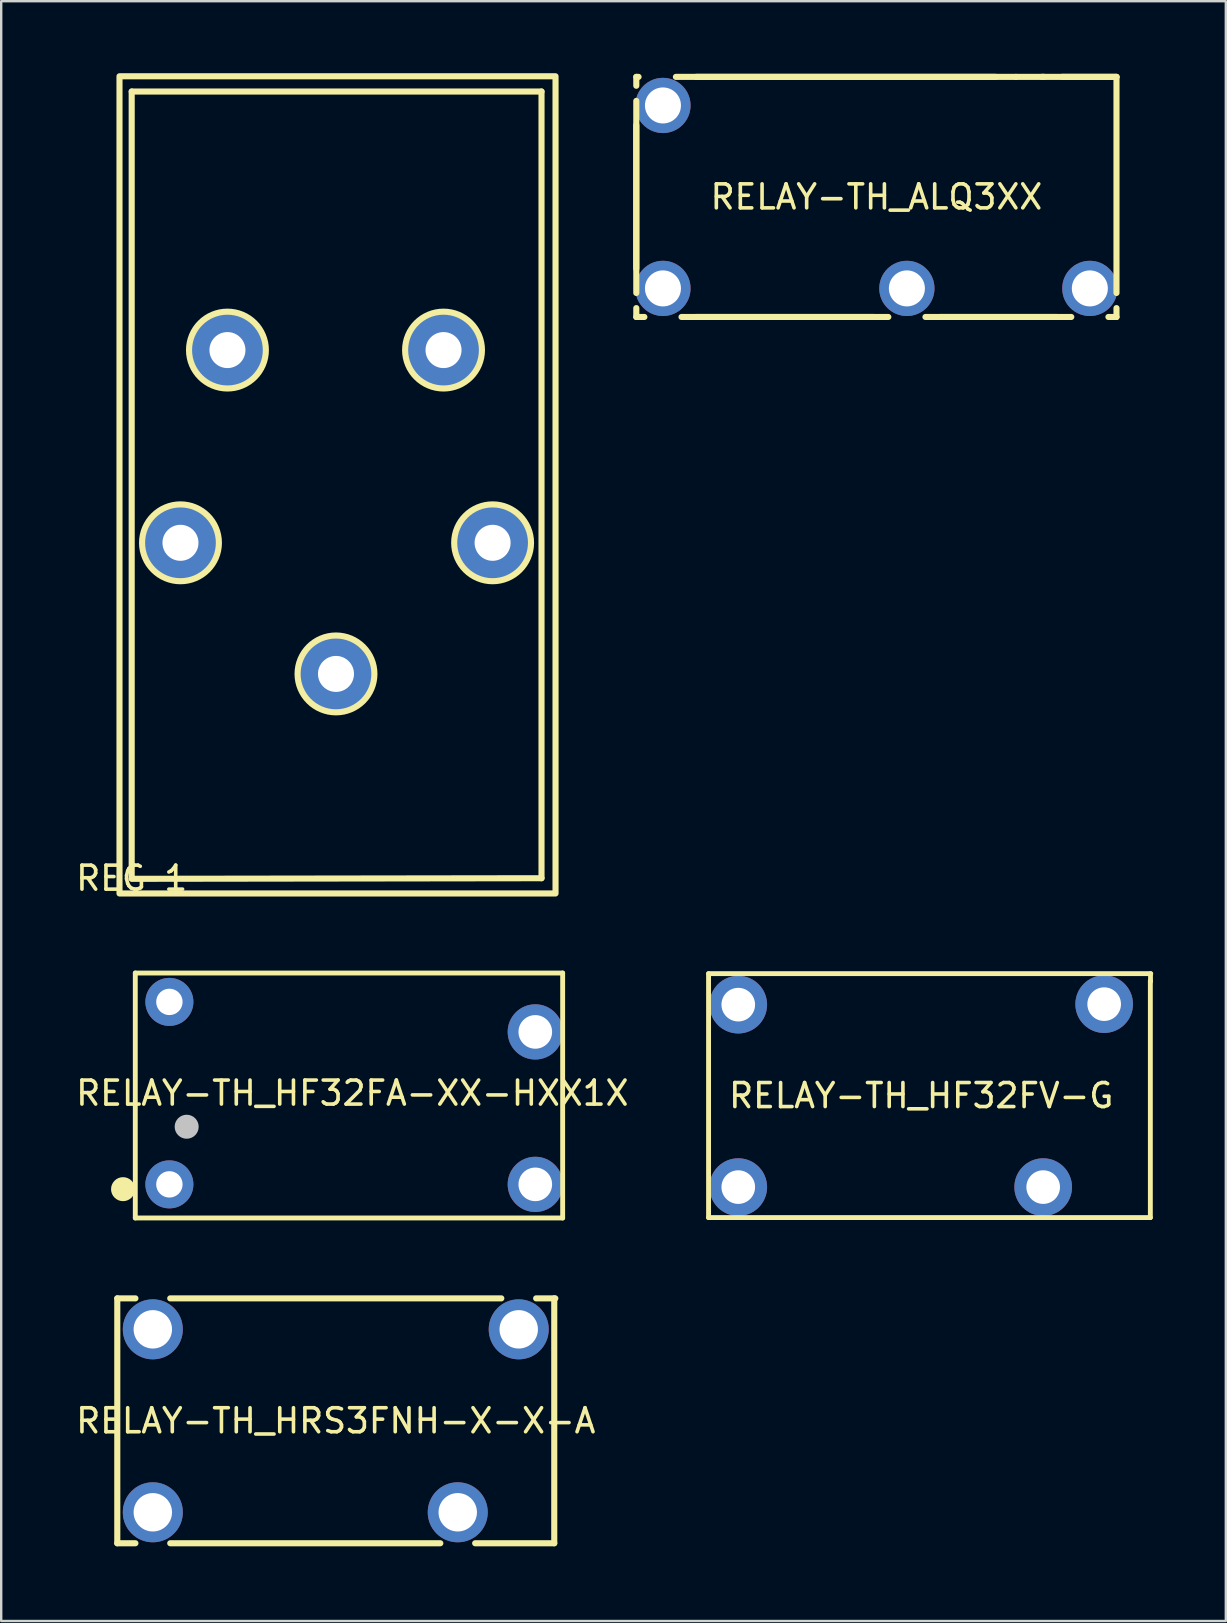
<source format=kicad_pcb>
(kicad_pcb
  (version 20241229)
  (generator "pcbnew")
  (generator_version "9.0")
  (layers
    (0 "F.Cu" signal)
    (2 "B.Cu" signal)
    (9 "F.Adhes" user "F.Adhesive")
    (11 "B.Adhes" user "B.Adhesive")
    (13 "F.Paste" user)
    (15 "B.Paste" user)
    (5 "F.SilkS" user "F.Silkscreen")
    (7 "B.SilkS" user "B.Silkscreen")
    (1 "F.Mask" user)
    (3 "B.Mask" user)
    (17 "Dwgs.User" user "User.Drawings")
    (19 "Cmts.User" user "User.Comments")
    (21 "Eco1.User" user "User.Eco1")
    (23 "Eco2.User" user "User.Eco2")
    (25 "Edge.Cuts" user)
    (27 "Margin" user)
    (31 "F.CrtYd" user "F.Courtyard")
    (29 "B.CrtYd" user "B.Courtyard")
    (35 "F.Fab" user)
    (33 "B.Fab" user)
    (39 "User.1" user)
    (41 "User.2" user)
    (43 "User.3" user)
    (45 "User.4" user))
  (footprint "RELAY-TH_HF32FA-XX-HXX1X"
    (layer "F.Cu")
    (at 11.625 42.479)
    (property "Reference" "RELAY-TH_HF32FA-XX-HXX1X" (at 0 0 0) (layer "F.SilkS") (effects (font (size 1 1) (thickness 0.15))))
    (fp_line (start -9.04 -5.002) (end -9.04 5.2) (stroke (width 0.203) (type default)) (layer "F.SilkS"))
    (fp_line (start -9.04 5.2) (end 8.76 5.2) (stroke (width 0.203) (type default)) (layer "F.SilkS"))
    (fp_line (start 8.76 -5.002) (end -9.04 -5.002) (stroke (width 0.203) (type default)) (layer "F.SilkS"))
    (fp_line (start 8.76 5.2) (end 8.76 -5.002) (stroke (width 0.203) (type default)) (layer "F.SilkS"))
    (fp_circle (center -9.55 4) (end -9.3 4) (stroke (width 0.5) (type default)) (fill no) (layer "F.SilkS"))
    (fp_circle (center -6.9 1.4) (end -6.65 1.4) (stroke (width 0.5) (type default)) (fill no) (layer "Dwgs.User"))
    (fp_poly (pts (xy 7.47 -2.15) (xy 7.47 -2.95) (xy 7.77 -2.95) (xy 7.77 -2.15)) (stroke (width 0.1) (type default)) (fill no) (layer "User.1"))
    (fp_poly (pts (xy 7.47 4.2) (xy 7.47 3.4) (xy 7.77 3.4) (xy 7.77 4.2)) (stroke (width 0.1) (type default)) (fill no) (layer "User.1"))
    (fp_poly (pts (xy -7.37 -3.8) (xy -7.389 -3.896) (xy -7.443 -3.977) (xy -7.524 -4.031) (xy -7.62 -4.05) (xy -7.716 -4.031) (xy -7.797 -3.977) (xy -7.851 -3.896) (xy -7.87 -3.8) (xy -7.851 -3.704) (xy -7.797 -3.623) (xy -7.716 -3.569) (xy -7.62 -3.55) (xy -7.524 -3.569) (xy -7.443 -3.623) (xy -7.389 -3.704)) (stroke (width 0.1) (type default)) (fill no) (layer "User.1"))
    (fp_poly (pts (xy -7.37 3.8) (xy -7.389 3.704) (xy -7.443 3.623) (xy -7.524 3.569) (xy -7.62 3.55) (xy -7.716 3.569) (xy -7.797 3.623) (xy -7.851 3.704) (xy -7.87 3.8) (xy -7.851 3.896) (xy -7.797 3.977) (xy -7.716 4.031) (xy -7.62 4.05) (xy -7.524 4.031) (xy -7.443 3.977) (xy -7.389 3.896)) (stroke (width 0.1) (type default)) (fill no) (layer "User.1"))
    (fp_line (start -9.02 -5.05) (end 8.58 -5.05) (stroke (width 0.051) (type default)) (layer "User.2"))
    (fp_line (start -9.02 5.05) (end -9.02 -5.05) (stroke (width 0.051) (type default)) (layer "User.2"))
    (fp_line (start 8.58 -5.05) (end 8.58 5.05) (stroke (width 0.051) (type default)) (layer "User.2"))
    (fp_line (start 8.58 5.05) (end -9.02 5.05) (stroke (width 0.051) (type default)) (layer "User.2"))
    (fp_poly (pts (xy -8.96 5.05) (xy -8.978 5.008) (xy -9.02 4.99) (xy -9.062 5.008) (xy -9.08 5.05) (xy -9.062 5.092) (xy -9.02 5.11) (xy -8.978 5.092)) (stroke (width 0.1) (type default)) (fill no) (layer "User.3"))
    (pad "1" thru_hole circle (at -7.62 3.8) (size 2 2) (drill 1.1) (layers "*.Cu" "*.Mask"))
    (pad "2" thru_hole circle (at -7.62 -3.8) (size 2 2) (drill 1.1) (layers "*.Cu" "*.Mask"))
    (pad "3" thru_hole circle (at 7.62 -2.55) (size 2.3 2.3) (drill 1.4) (layers "*.Cu" "*.Mask"))
    (pad "4" thru_hole circle (at 7.62 3.8) (size 2.3 2.3) (drill 1.4) (layers "*.Cu" "*.Mask")))
  (footprint "RELAY-TH_HF32FV-G"
    (layer "F.Cu")
    (at 35.319 42.583)
    (property "Reference" "RELAY-TH_HF32FV-G" (at 0 0 0) (layer "F.SilkS") (effects (font (size 1 1) (thickness 0.15))))
    (fp_line (start -8.857 -5.08) (end -8.857 5.08) (stroke (width 0.203) (type default)) (layer "F.SilkS"))
    (fp_line (start -8.857 5.08) (end 9.543 5.08) (stroke (width 0.203) (type default)) (layer "F.SilkS"))
    (fp_line (start 9.543 5.08) (end 9.543 -4.79) (stroke (width 0.203) (type default)) (layer "F.SilkS"))
    (fp_line (start 9.55 -4.75) (end 9.55 -5.08) (stroke (width 0.2) (type default)) (layer "F.SilkS"))
    (fp_line (start 9.56 -5.08) (end -8.857 -5.08) (stroke (width 0.203) (type default)) (layer "F.SilkS"))
    (fp_poly (pts (xy -7.02 -3.789) (xy -7.04 -3.945) (xy -7.1 -4.09) (xy -7.196 -4.214) (xy -7.32 -4.309) (xy -7.465 -4.369) (xy -7.62 -4.389) (xy -7.775 -4.369) (xy -7.92 -4.309) (xy -8.044 -4.214) (xy -8.14 -4.09) (xy -8.2 -3.945) (xy -8.22 -3.789) (xy -8.2 -3.634) (xy -8.14 -3.49) (xy -8.044 -3.365) (xy -7.92 -3.27) (xy -7.775 -3.21) (xy -7.62 -3.189) (xy -7.465 -3.21) (xy -7.32 -3.27) (xy -7.196 -3.365) (xy -7.1 -3.49) (xy -7.04 -3.634)) (stroke (width 0.1) (type default)) (fill no) (layer "User.1"))
    (fp_poly (pts (xy -7.02 3.81) (xy -7.04 3.655) (xy -7.1 3.51) (xy -7.196 3.386) (xy -7.32 3.29) (xy -7.465 3.23) (xy -7.62 3.21) (xy -7.775 3.23) (xy -7.92 3.29) (xy -8.044 3.386) (xy -8.14 3.51) (xy -8.2 3.655) (xy -8.22 3.81) (xy -8.2 3.965) (xy -8.14 4.11) (xy -8.044 4.234) (xy -7.92 4.33) (xy -7.775 4.39) (xy -7.62 4.41) (xy -7.465 4.39) (xy -7.32 4.33) (xy -7.196 4.234) (xy -7.1 4.11) (xy -7.04 3.965)) (stroke (width 0.1) (type default)) (fill no) (layer "User.1"))
    (fp_poly (pts (xy 5.68 3.81) (xy 5.66 3.655) (xy 5.6 3.51) (xy 5.504 3.386) (xy 5.38 3.29) (xy 5.235 3.23) (xy 5.08 3.21) (xy 4.925 3.23) (xy 4.78 3.29) (xy 4.656 3.386) (xy 4.56 3.51) (xy 4.5 3.655) (xy 4.48 3.81) (xy 4.5 3.965) (xy 4.56 4.11) (xy 4.656 4.234) (xy 4.78 4.33) (xy 4.925 4.39) (xy 5.08 4.41) (xy 5.235 4.39) (xy 5.38 4.33) (xy 5.504 4.234) (xy 5.6 4.11) (xy 5.66 3.965)) (stroke (width 0.1) (type default)) (fill no) (layer "User.1"))
    (fp_poly (pts (xy 8.22 -3.81) (xy 8.2 -3.965) (xy 8.14 -4.11) (xy 8.044 -4.234) (xy 7.92 -4.33) (xy 7.775 -4.39) (xy 7.62 -4.41) (xy 7.465 -4.39) (xy 7.32 -4.33) (xy 7.196 -4.234) (xy 7.1 -4.11) (xy 7.04 -3.965) (xy 7.02 -3.81) (xy 7.04 -3.655) (xy 7.1 -3.51) (xy 7.196 -3.386) (xy 7.32 -3.29) (xy 7.465 -3.23) (xy 7.62 -3.21) (xy 7.775 -3.23) (xy 7.92 -3.29) (xy 8.044 -3.386) (xy 8.14 -3.51) (xy 8.2 -3.655)) (stroke (width 0.1) (type default)) (fill no) (layer "User.1"))
    (fp_line (start -8.959 -5.181) (end 9.662 -5.181) (stroke (width 0.051) (type default)) (layer "User.2"))
    (fp_line (start -8.959 5.181) (end -8.959 -5.181) (stroke (width 0.051) (type default)) (layer "User.2"))
    (fp_line (start 9.662 -5.181) (end 9.662 5.181) (stroke (width 0.051) (type default)) (layer "User.2"))
    (fp_line (start 9.662 5.181) (end -8.959 5.181) (stroke (width 0.051) (type default)) (layer "User.2"))
    (fp_poly (pts (xy -8.899 5.181) (xy -8.916 5.139) (xy -8.959 5.122) (xy -9.001 5.139) (xy -9.018 5.181) (xy -9.001 5.224) (xy -8.959 5.242) (xy -8.916 5.224)) (stroke (width 0.1) (type default)) (fill no) (layer "User.3"))
    (pad "1" thru_hole circle (at -7.62 3.81) (size 2.4 2.4) (drill 1.4) (layers "*.Cu" "*.Mask"))
    (pad "2" thru_hole circle (at -7.62 -3.789) (size 2.4 2.4) (drill 1.4) (layers "*.Cu" "*.Mask"))
    (pad "3" thru_hole circle (at 7.62 -3.81) (size 2.4 2.4) (drill 1.4) (layers "*.Cu" "*.Mask"))
    (pad "4" thru_hole circle (at 5.08 3.81) (size 2.4 2.4) (drill 1.4) (layers "*.Cu" "*.Mask")))
  (footprint "RELAY-TH_HRS3FNH-X-X-A"
    (layer "F.Cu")
    (at 10.935 56.127)
    (property "Reference" "RELAY-TH_HRS3FNH-X-X-A" (at 0 0 0) (layer "F.SilkS") (effects (font (size 1 1) (thickness 0.15))))
    (fp_line (start -9.1 -5.1) (end -8.345 -5.1) (stroke (width 0.254) (type default)) (layer "F.SilkS"))
    (fp_line (start -9.1 5.1) (end -9.1 -5.1) (stroke (width 0.254) (type default)) (layer "F.SilkS"))
    (fp_line (start -9.1 5.1) (end -8.345 5.1) (stroke (width 0.254) (type default)) (layer "F.SilkS"))
    (fp_line (start -6.895 -5.1) (end 6.895 -5.1) (stroke (width 0.254) (type default)) (layer "F.SilkS"))
    (fp_line (start -6.895 5.1) (end 4.355 5.1) (stroke (width 0.254) (type default)) (layer "F.SilkS"))
    (fp_line (start 5.805 5.1) (end 9.1 5.1) (stroke (width 0.254) (type default)) (layer "F.SilkS"))
    (fp_line (start 8.345 -5.1) (end 9.144 -5.1) (stroke (width 0.254) (type default)) (layer "F.SilkS"))
    (fp_line (start 9.1 -5.1) (end 9.1 5.1) (stroke (width 0.254) (type default)) (layer "F.SilkS"))
    (fp_poly (pts (xy -6.92 -3.81) (xy -6.94 -3.978) (xy -7 -4.135) (xy -7.096 -4.274) (xy -7.222 -4.386) (xy -7.372 -4.465) (xy -7.536 -4.505) (xy -7.704 -4.505) (xy -7.868 -4.465) (xy -8.018 -4.386) (xy -8.144 -4.274) (xy -8.24 -4.135) (xy -8.3 -3.978) (xy -8.32 -3.81) (xy -8.3 -3.642) (xy -8.24 -3.485) (xy -8.144 -3.346) (xy -8.018 -3.234) (xy -7.868 -3.155) (xy -7.704 -3.115) (xy -7.536 -3.115) (xy -7.372 -3.155) (xy -7.222 -3.234) (xy -7.096 -3.346) (xy -7 -3.485) (xy -6.94 -3.642)) (stroke (width 0.1) (type default)) (fill no) (layer "User.1"))
    (fp_poly (pts (xy -6.92 3.81) (xy -6.94 3.642) (xy -7 3.485) (xy -7.096 3.346) (xy -7.222 3.234) (xy -7.372 3.155) (xy -7.536 3.115) (xy -7.704 3.115) (xy -7.868 3.155) (xy -8.018 3.234) (xy -8.144 3.346) (xy -8.24 3.485) (xy -8.3 3.642) (xy -8.32 3.81) (xy -8.3 3.978) (xy -8.24 4.135) (xy -8.144 4.274) (xy -8.018 4.386) (xy -7.868 4.465) (xy -7.704 4.505) (xy -7.536 4.505) (xy -7.372 4.465) (xy -7.222 4.386) (xy -7.096 4.274) (xy -7 4.135) (xy -6.94 3.978)) (stroke (width 0.1) (type default)) (fill no) (layer "User.1"))
    (fp_poly (pts (xy 5.78 3.81) (xy 5.76 3.642) (xy 5.7 3.485) (xy 5.604 3.346) (xy 5.478 3.234) (xy 5.328 3.155) (xy 5.164 3.115) (xy 4.996 3.115) (xy 4.832 3.155) (xy 4.682 3.234) (xy 4.556 3.346) (xy 4.46 3.485) (xy 4.4 3.642) (xy 4.38 3.81) (xy 4.4 3.978) (xy 4.46 4.135) (xy 4.556 4.274) (xy 4.682 4.386) (xy 4.832 4.465) (xy 4.996 4.505) (xy 5.164 4.505) (xy 5.328 4.465) (xy 5.478 4.386) (xy 5.604 4.274) (xy 5.7 4.135) (xy 5.76 3.978)) (stroke (width 0.1) (type default)) (fill no) (layer "User.1"))
    (fp_poly (pts (xy 8.32 -3.81) (xy 8.3 -3.978) (xy 8.24 -4.135) (xy 8.144 -4.274) (xy 8.018 -4.386) (xy 7.868 -4.465) (xy 7.704 -4.505) (xy 7.536 -4.505) (xy 7.372 -4.465) (xy 7.222 -4.386) (xy 7.096 -4.274) (xy 7 -4.135) (xy 6.94 -3.978) (xy 6.92 -3.81) (xy 6.94 -3.642) (xy 7 -3.485) (xy 7.096 -3.346) (xy 7.222 -3.234) (xy 7.372 -3.155) (xy 7.536 -3.115) (xy 7.704 -3.115) (xy 7.868 -3.155) (xy 8.018 -3.234) (xy 8.144 -3.346) (xy 8.24 -3.485) (xy 8.3 -3.642)) (stroke (width 0.1) (type default)) (fill no) (layer "User.1"))
    (fp_line (start -9.227 -5.227) (end 9.271 -5.227) (stroke (width 0.051) (type default)) (layer "User.2"))
    (fp_line (start -9.227 5.227) (end -9.227 -5.227) (stroke (width 0.051) (type default)) (layer "User.2"))
    (fp_line (start 9.271 -5.227) (end 9.271 5.227) (stroke (width 0.051) (type default)) (layer "User.2"))
    (fp_line (start 9.271 5.227) (end -9.227 5.227) (stroke (width 0.051) (type default)) (layer "User.2"))
    (fp_poly (pts (xy -9.167 5.227) (xy -9.185 5.185) (xy -9.227 5.167) (xy -9.269 5.185) (xy -9.287 5.227) (xy -9.269 5.269) (xy -9.227 5.287) (xy -9.185 5.269)) (stroke (width 0.1) (type default)) (fill no) (layer "User.3"))
    (pad "1" thru_hole circle (at -7.62 3.81) (size 2.5 2.5) (drill 1.6) (layers "*.Cu" "*.Mask"))
    (pad "2" thru_hole circle (at 5.08 3.81) (size 2.5 2.5) (drill 1.6) (layers "*.Cu" "*.Mask"))
    (pad "3" thru_hole circle (at 7.62 -3.81) (size 2.5 2.5) (drill 1.6) (layers "*.Cu" "*.Mask"))
    (pad "4" thru_hole circle (at -7.62 -3.81) (size 2.5 2.5) (drill 1.6) (layers "*.Cu" "*.Mask")))
  (footprint "RELAY-TH_ALQ3XX"
    (layer "F.Cu")
    (at 33.452 5.152)
    (property "Reference" "RELAY-TH_ALQ3XX" (at 0 0 0) (layer "F.SilkS") (effects (font (size 1 1) (thickness 0.15))))
    (fp_line (start -10 -5) (end -10 -4.63) (stroke (width 0.254) (type default)) (layer "F.SilkS"))
    (fp_line (start -10 -4) (end -10 4) (stroke (width 0.254) (type default)) (layer "F.SilkS"))
    (fp_line (start -10 -2.99) (end -10 2.99) (stroke (width 0.254) (type default)) (layer "F.SilkS"))
    (fp_line (start -10 4.63) (end -10 5) (stroke (width 0.254) (type default)) (layer "F.SilkS"))
    (fp_line (start -10 5) (end -9.664 5) (stroke (width 0.254) (type default)) (layer "F.SilkS"))
    (fp_line (start -9.906 -5) (end -10 -5) (stroke (width 0.254) (type default)) (layer "F.SilkS"))
    (fp_line (start -8.351 -5) (end 5.811 -5) (stroke (width 0.254) (type default)) (layer "F.SilkS"))
    (fp_line (start -8.117 5) (end 0.496 5) (stroke (width 0.254) (type default)) (layer "F.SilkS"))
    (fp_line (start -7.511 -5) (end 4.971 -5) (stroke (width 0.254) (type default)) (layer "F.SilkS"))
    (fp_line (start -7.511 5) (end -0.109 5) (stroke (width 0.254) (type default)) (layer "F.SilkS"))
    (fp_line (start 2.043 5) (end 8.117 5) (stroke (width 0.254) (type default)) (layer "F.SilkS"))
    (fp_line (start 2.649 5) (end 7.511 5) (stroke (width 0.254) (type default)) (layer "F.SilkS"))
    (fp_line (start 5.811 -5) (end 6.985 -5) (stroke (width 0.254) (type default)) (layer "F.SilkS"))
    (fp_line (start 6.889 -5) (end 10 -5) (stroke (width 0.254) (type default)) (layer "F.SilkS"))
    (fp_line (start 7.729 -5) (end 10 -5) (stroke (width 0.254) (type default)) (layer "F.SilkS"))
    (fp_line (start 9.664 5) (end 10 5) (stroke (width 0.254) (type default)) (layer "F.SilkS"))
    (fp_line (start 10 -5) (end 10 4) (stroke (width 0.254) (type default)) (layer "F.SilkS"))
    (fp_line (start 10 5) (end 10 4.63) (stroke (width 0.254) (type default)) (layer "F.SilkS"))
    (fp_poly (pts (xy -8.24 -3.81) (xy -8.259 -3.966) (xy -8.314 -4.112) (xy -8.403 -4.241) (xy -8.521 -4.345) (xy -8.66 -4.418) (xy -8.812 -4.455) (xy -8.968 -4.455) (xy -9.12 -4.418) (xy -9.259 -4.345) (xy -9.377 -4.241) (xy -9.466 -4.112) (xy -9.521 -3.966) (xy -9.54 -3.81) (xy -9.521 -3.654) (xy -9.466 -3.508) (xy -9.377 -3.379) (xy -9.259 -3.275) (xy -9.12 -3.202) (xy -8.968 -3.165) (xy -8.812 -3.165) (xy -8.66 -3.202) (xy -8.521 -3.275) (xy -8.403 -3.379) (xy -8.314 -3.508) (xy -8.259 -3.654)) (stroke (width 0.1) (type default)) (fill no) (layer "User.1"))
    (fp_poly (pts (xy -8.24 3.81) (xy -8.259 3.654) (xy -8.314 3.508) (xy -8.403 3.379) (xy -8.521 3.275) (xy -8.66 3.202) (xy -8.812 3.165) (xy -8.968 3.165) (xy -9.12 3.202) (xy -9.259 3.275) (xy -9.377 3.379) (xy -9.466 3.508) (xy -9.521 3.654) (xy -9.54 3.81) (xy -9.521 3.966) (xy -9.466 4.112) (xy -9.377 4.241) (xy -9.259 4.345) (xy -9.12 4.418) (xy -8.968 4.455) (xy -8.812 4.455) (xy -8.66 4.418) (xy -8.521 4.345) (xy -8.403 4.241) (xy -8.314 4.112) (xy -8.259 3.966)) (stroke (width 0.1) (type default)) (fill no) (layer "User.1"))
    (fp_poly (pts (xy 1.92 3.81) (xy 1.901 3.654) (xy 1.846 3.508) (xy 1.757 3.379) (xy 1.639 3.275) (xy 1.5 3.202) (xy 1.348 3.165) (xy 1.192 3.165) (xy 1.04 3.202) (xy 0.901 3.275) (xy 0.783 3.379) (xy 0.694 3.508) (xy 0.639 3.654) (xy 0.62 3.81) (xy 0.639 3.966) (xy 0.694 4.112) (xy 0.783 4.241) (xy 0.901 4.345) (xy 1.04 4.418) (xy 1.192 4.455) (xy 1.348 4.455) (xy 1.5 4.418) (xy 1.639 4.345) (xy 1.757 4.241) (xy 1.846 4.112) (xy 1.901 3.966)) (stroke (width 0.1) (type default)) (fill no) (layer "User.1"))
    (fp_poly (pts (xy 9.54 3.81) (xy 9.521 3.654) (xy 9.466 3.508) (xy 9.377 3.379) (xy 9.259 3.275) (xy 9.12 3.202) (xy 8.968 3.165) (xy 8.812 3.165) (xy 8.66 3.202) (xy 8.521 3.275) (xy 8.403 3.379) (xy 8.314 3.508) (xy 8.259 3.654) (xy 8.24 3.81) (xy 8.259 3.966) (xy 8.314 4.112) (xy 8.403 4.241) (xy 8.521 4.345) (xy 8.66 4.418) (xy 8.812 4.455) (xy 8.968 4.455) (xy 9.12 4.418) (xy 9.259 4.345) (xy 9.377 4.241) (xy 9.466 4.112) (xy 9.521 3.966)) (stroke (width 0.1) (type default)) (fill no) (layer "User.1"))
    (fp_line (start -10.127 -5.127) (end 10.127 -5.127) (stroke (width 0.051) (type default)) (layer "User.2"))
    (fp_line (start -10.127 5.127) (end -10.127 -5.127) (stroke (width 0.051) (type default)) (layer "User.2"))
    (fp_line (start 10.127 -5.127) (end 10.127 5.127) (stroke (width 0.051) (type default)) (layer "User.2"))
    (fp_line (start 10.127 5.127) (end -10.127 5.127) (stroke (width 0.051) (type default)) (layer "User.2"))
    (fp_poly (pts (xy -10.067 5.127) (xy -10.085 5.085) (xy -10.127 5.067) (xy -10.169 5.085) (xy -10.187 5.127) (xy -10.169 5.169) (xy -10.127 5.187) (xy -10.085 5.169)) (stroke (width 0.1) (type default)) (fill no) (layer "User.3"))
    (pad "1" thru_hole circle (at -8.89 3.81) (size 2.3 2.3) (drill 1.5) (layers "*.Cu" "*.Mask"))
    (pad "2" thru_hole circle (at 1.27 3.81) (size 2.3 2.3) (drill 1.5) (layers "*.Cu" "*.Mask"))
    (pad "3" thru_hole circle (at 8.89 3.81) (size 2.3 2.3) (drill 1.5) (layers "*.Cu" "*.Mask"))
    (pad "5" thru_hole circle (at -8.89 -3.81) (size 2.3 2.3) (drill 1.5) (layers "*.Cu" "*.Mask")))
  (footprint "REG 1"
    (layer "F.Cu")
    (at 2.435 33.528)
    (property "Reference" "REG 1" (at 0 0 0) (layer "F.SilkS") (effects (font (size 1 1) (thickness 0.15))))
    (fp_line (start 0 0) (end 0 -32.766) (stroke (width 0.254) (type default)) (layer "F.SilkS"))
    (fp_line (start 0 0.025) (end 17.069 0) (stroke (width 0.254) (type default)) (layer "F.SilkS"))
    (fp_line (start 17.069 -32.766) (end 0 -32.766) (stroke (width 0.254) (type default)) (layer "F.SilkS"))
    (fp_line (start 17.069 -32.766) (end 17.069 0) (stroke (width 0.254) (type default)) (layer "F.SilkS"))
    (fp_rect (start -0.508 -33.401) (end 17.653 0.635) (stroke (width 0.254) (type default)) (fill no) (layer "F.SilkS"))
    (fp_circle (center 2.032 -13.97) (end 3.632 -13.97) (stroke (width 0.254) (type default)) (fill no) (layer "F.SilkS"))
    (fp_circle (center 3.988 -21.997) (end 5.588 -21.997) (stroke (width 0.254) (type default)) (fill no) (layer "F.SilkS"))
    (fp_circle (center 8.509 -8.509) (end 10.109 -8.509) (stroke (width 0.254) (type default)) (fill no) (layer "F.SilkS"))
    (fp_circle (center 12.988 -21.997) (end 14.588 -21.997) (stroke (width 0.254) (type default)) (fill no) (layer "F.SilkS"))
    (fp_circle (center 15.032 -13.97) (end 16.632 -13.97) (stroke (width 0.254) (type default)) (fill no) (layer "F.SilkS"))
    (pad "1" thru_hole circle (at 15.032 -13.97) (size 3 3) (drill 1.5) (layers "*.Cu" "*.Mask"))
    (pad "2" thru_hole circle (at 8.509 -8.509) (size 3 3) (drill 1.5) (layers "*.Cu" "*.Mask"))
    (pad "3" thru_hole circle (at 2.032 -13.97) (size 3 3) (drill 1.5) (layers "*.Cu" "*.Mask"))
    (pad "4" thru_hole circle (at 3.988 -21.997) (size 3 3) (drill 1.5) (layers "*.Cu" "*.Mask"))
    (pad "P" thru_hole circle (at 12.988 -21.997) (size 3 3) (drill 1.5) (layers "*.Cu" "*.Mask")))
  (gr_rect
    (start -3 -3)
    (end 48.006 64.464)
    (stroke (width 0.1) (type default))
    (fill no)
    (layer "Edge.Cuts")))
</source>
